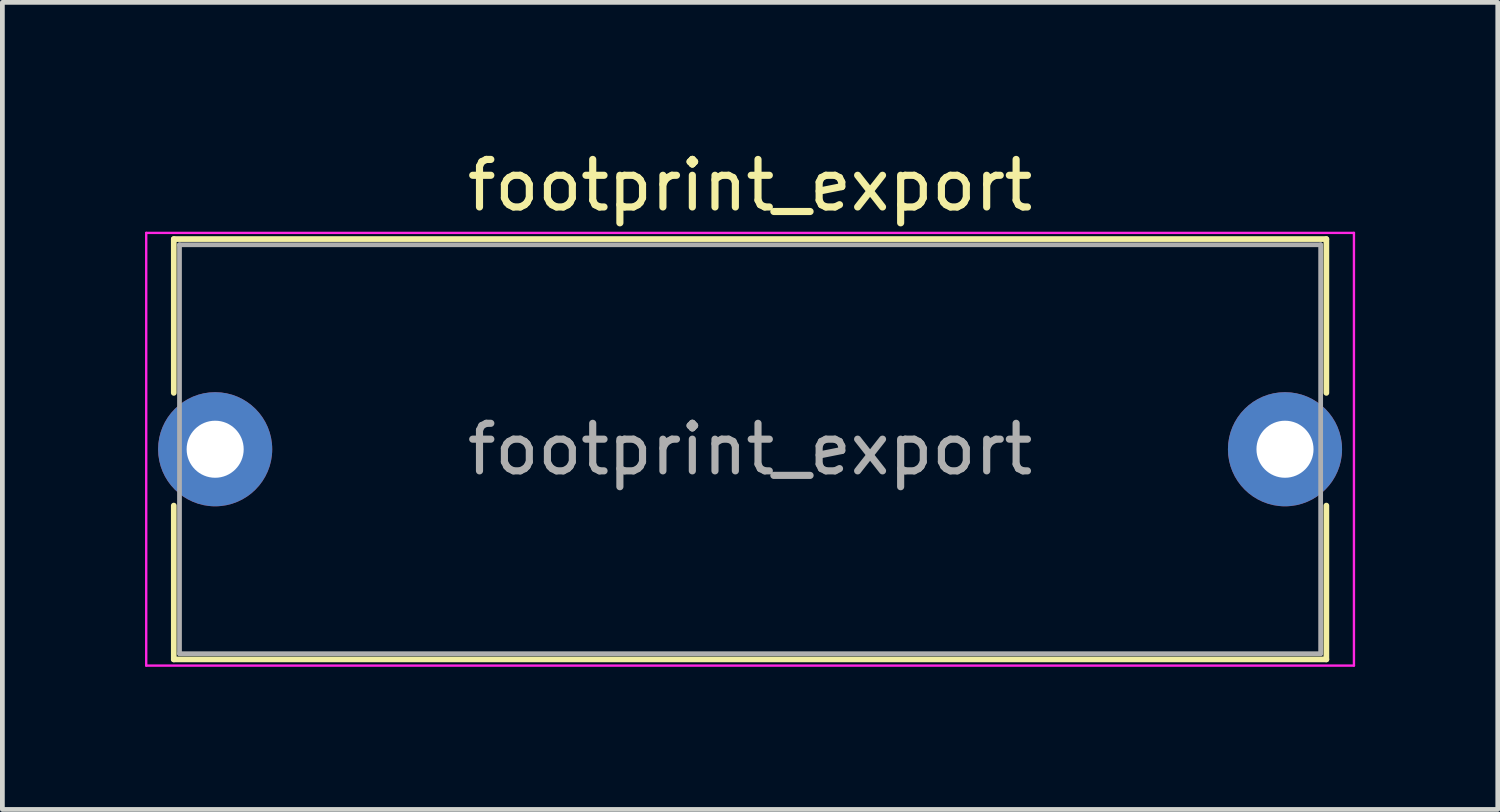
<source format=kicad_pcb>
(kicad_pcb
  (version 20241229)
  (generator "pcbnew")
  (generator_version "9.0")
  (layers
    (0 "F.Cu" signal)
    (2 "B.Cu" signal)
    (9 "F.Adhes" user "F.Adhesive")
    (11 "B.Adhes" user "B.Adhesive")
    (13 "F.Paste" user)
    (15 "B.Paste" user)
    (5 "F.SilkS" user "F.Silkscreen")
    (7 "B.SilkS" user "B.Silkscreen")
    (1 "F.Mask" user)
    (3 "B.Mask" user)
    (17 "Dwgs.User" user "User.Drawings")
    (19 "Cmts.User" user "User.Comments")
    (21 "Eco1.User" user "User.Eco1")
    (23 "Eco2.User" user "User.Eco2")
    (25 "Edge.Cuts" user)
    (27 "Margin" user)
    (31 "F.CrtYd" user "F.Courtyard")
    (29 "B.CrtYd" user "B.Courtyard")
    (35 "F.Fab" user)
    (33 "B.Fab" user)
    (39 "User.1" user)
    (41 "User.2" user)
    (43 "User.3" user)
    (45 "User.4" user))
  (footprint "footprint_export"
    (layer "F.Cu")
    (at 1.475 6.398)
    (property "Reference" "footprint_export" (at 11.25 -5.55 0) (layer "F.SilkS") (effects (font (size 1 1) (thickness 0.15))))
    (attr through_hole)
    (fp_line (start -0.87 -4.42) (end -0.87 -1.185) (stroke (width 0.12) (type solid)) (layer "F.SilkS"))
    (fp_line (start -0.87 -4.42) (end 23.37 -4.42) (stroke (width 0.12) (type solid)) (layer "F.SilkS"))
    (fp_line (start -0.87 1.185) (end -0.87 4.42) (stroke (width 0.12) (type solid)) (layer "F.SilkS"))
    (fp_line (start -0.87 4.42) (end 23.37 4.42) (stroke (width 0.12) (type solid)) (layer "F.SilkS"))
    (fp_line (start 23.37 -4.42) (end 23.37 -1.185) (stroke (width 0.12) (type solid)) (layer "F.SilkS"))
    (fp_line (start 23.37 1.185) (end 23.37 4.42) (stroke (width 0.12) (type solid)) (layer "F.SilkS"))
    (fp_line (start -1.45 -4.55) (end -1.45 4.55) (stroke (width 0.05) (type solid)) (layer "F.CrtYd"))
    (fp_line (start -1.45 4.55) (end 23.95 4.55) (stroke (width 0.05) (type solid)) (layer "F.CrtYd"))
    (fp_line (start 23.95 -4.55) (end -1.45 -4.55) (stroke (width 0.05) (type solid)) (layer "F.CrtYd"))
    (fp_line (start 23.95 4.55) (end 23.95 -4.55) (stroke (width 0.05) (type solid)) (layer "F.CrtYd"))
    (fp_line (start -0.75 -4.3) (end -0.75 4.3) (stroke (width 0.1) (type solid)) (layer "F.Fab"))
    (fp_line (start -0.75 4.3) (end 23.25 4.3) (stroke (width 0.1) (type solid)) (layer "F.Fab"))
    (fp_line (start 23.25 -4.3) (end -0.75 -4.3) (stroke (width 0.1) (type solid)) (layer "F.Fab"))
    (fp_line (start 23.25 4.3) (end 23.25 -4.3) (stroke (width 0.1) (type solid)) (layer "F.Fab"))
    (fp_text user "${REFERENCE}" (at 11.25 0 0) (layer "F.Fab") (effects (font (size 1 1) (thickness 0.15))))
    (pad "1" thru_hole circle (at 0 0) (size 2.4 2.4) (drill 1.2) (layers "*.Cu" "*.Mask"))
    (pad "2" thru_hole circle (at 22.5 0) (size 2.4 2.4) (drill 1.2) (layers "*.Cu" "*.Mask")))
  (gr_rect
    (start -3 -3)
    (end 28.45 13.973)
    (stroke (width 0.1) (type default))
    (fill no)
    (layer "Edge.Cuts")))
</source>
